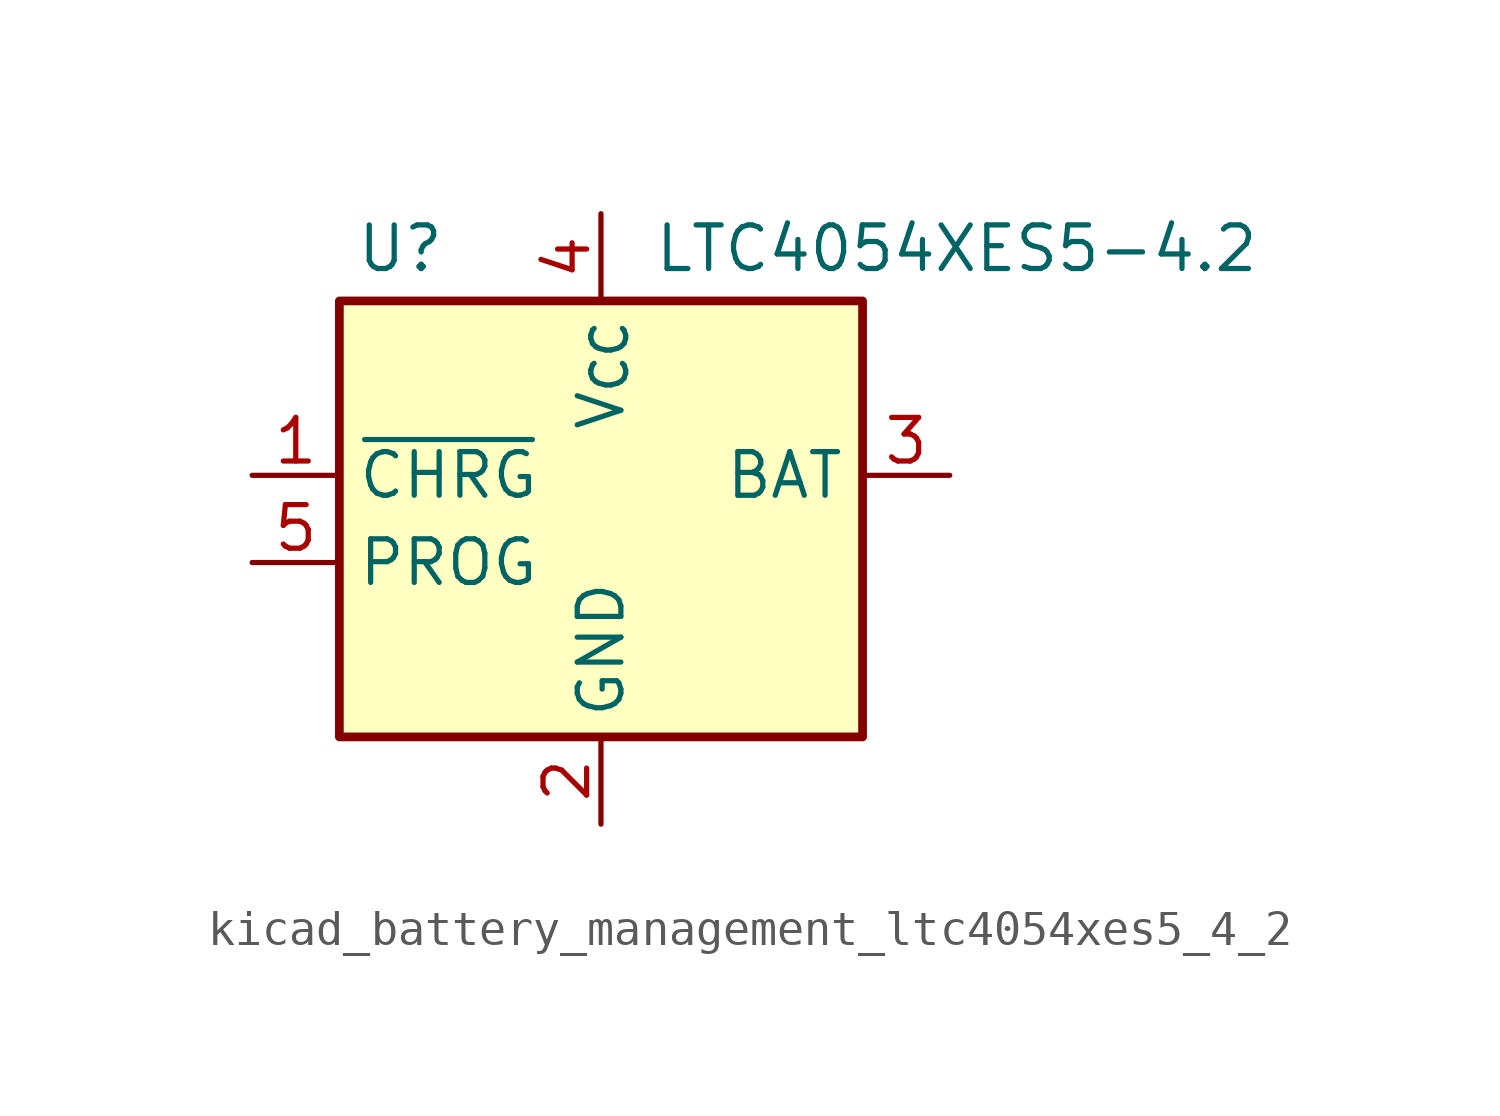
<source format=kicad_sym>
(kicad_symbol_lib
  (version 20220914)
  (generator kicad_symbol_editor)
  (symbol "kicad_battery_management_ltc4054xes5_4_2"
    (property "Reference" "U"
      (at -5.842 6.604 0)
      (effects (font (size 1.27 1.27))))
    (property "Value" "LTC4054XES5-4.2"
      (at 1.524 6.604 0)
      (effects (font (size 1.27 1.27)) (justify left)))
    (symbol "kicad_battery_management_ltc4054xes5_4_2_0_1"
      (rectangle (start -7.62 5.08) (end 7.62 -7.62) (stroke (width 0.254) (type default)) (fill (type background))))
    (symbol "kicad_battery_management_ltc4054xes5_4_2_1_1"
      (pin open_collector line (at -10.16 0 0) (length 2.54) (name "~{CHRG}" (effects (font (size 1.27 1.27)))) (number "1" (effects (font (size 1.27 1.27)))))
      (pin power_in line (at 0 -10.16 90) (length 2.54) (name "GND" (effects (font (size 1.27 1.27)))) (number "2" (effects (font (size 1.27 1.27)))))
      (pin power_out line (at 10.16 0 180) (length 2.54) (name "BAT" (effects (font (size 1.27 1.27)))) (number "3" (effects (font (size 1.27 1.27)))))
      (pin power_in line (at 0 7.62 270) (length 2.54) (name "V_{CC}" (effects (font (size 1.27 1.27)))) (number "4" (effects (font (size 1.27 1.27)))))
      (pin bidirectional line (at -10.16 -2.54 0) (length 2.54) (name "PROG" (effects (font (size 1.27 1.27)))) (number "5" (effects (font (size 1.27 1.27))))))))
</source>
